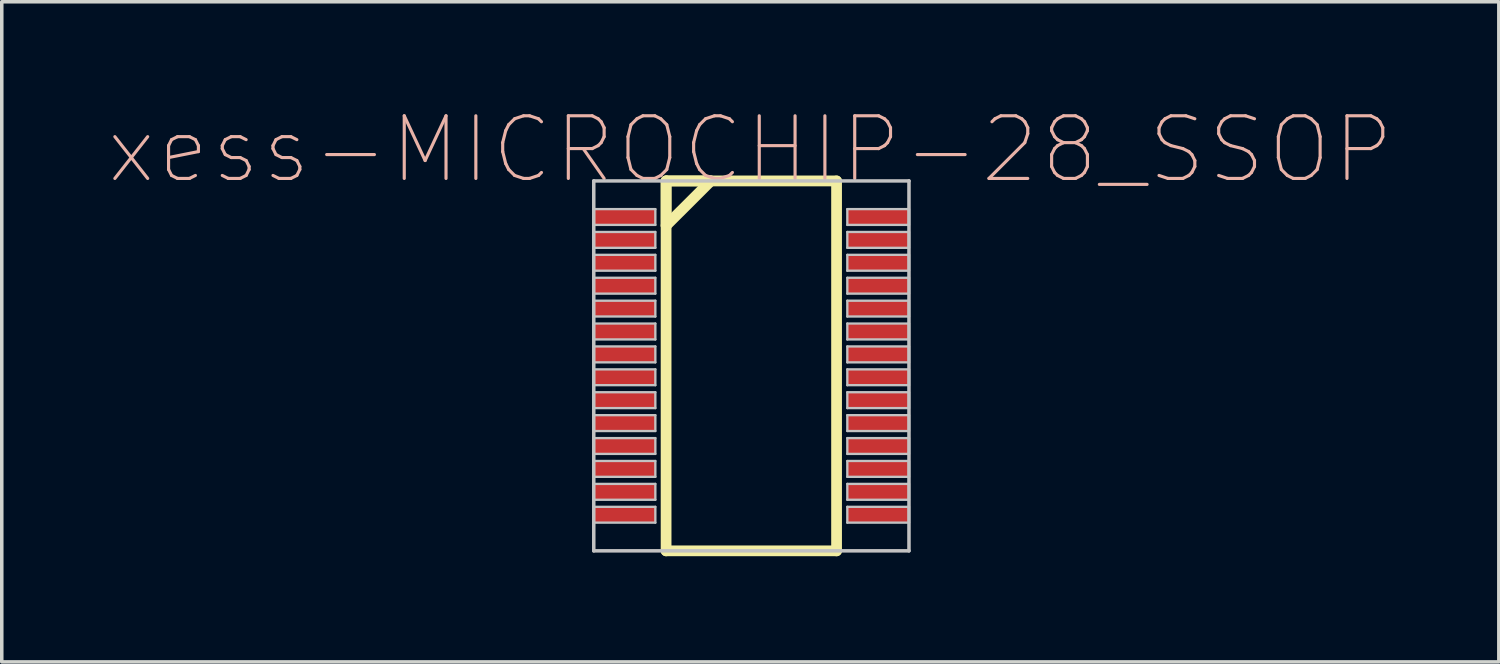
<source format=kicad_pcb>
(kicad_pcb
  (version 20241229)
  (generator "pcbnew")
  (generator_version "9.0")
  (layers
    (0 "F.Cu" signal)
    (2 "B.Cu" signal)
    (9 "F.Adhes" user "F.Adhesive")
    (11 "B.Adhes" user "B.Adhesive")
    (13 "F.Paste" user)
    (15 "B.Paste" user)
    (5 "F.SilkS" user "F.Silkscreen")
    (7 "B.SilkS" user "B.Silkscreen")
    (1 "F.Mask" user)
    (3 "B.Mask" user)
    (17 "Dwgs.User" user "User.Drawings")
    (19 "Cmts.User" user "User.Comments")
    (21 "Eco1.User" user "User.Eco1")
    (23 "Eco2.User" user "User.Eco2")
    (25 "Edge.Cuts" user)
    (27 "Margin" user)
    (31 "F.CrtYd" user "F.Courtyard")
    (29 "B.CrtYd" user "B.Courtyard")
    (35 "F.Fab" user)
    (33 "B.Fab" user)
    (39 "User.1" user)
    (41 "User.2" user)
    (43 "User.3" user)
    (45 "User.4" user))
  (footprint "xess-MICROCHIP-28_SSOP"
    (layer "F.Cu")
    (at 15.112 3.109)
    (property "Reference" "xess-MICROCHIP-28_SSOP" (at 3.132 -1.913 0) (layer "B.SilkS") (effects (font (size 1.778 1.778) (thickness 0.089))))
    (attr smd)
    (fp_line (start 0.742 -1.024) (end 0.742 0.244) (stroke (width 0.305) (type solid)) (layer "F.SilkS"))
    (fp_line (start 0.742 -1.024) (end 0.742 9.474) (stroke (width 0.305) (type solid)) (layer "F.SilkS"))
    (fp_line (start 0.742 0.244) (end 2.012 -1.024) (stroke (width 0.305) (type solid)) (layer "F.SilkS"))
    (fp_line (start 0.742 9.474) (end 5.58 9.474) (stroke (width 0.305) (type solid)) (layer "F.SilkS"))
    (fp_line (start 2.012 -1.024) (end 0.742 -1.024) (stroke (width 0.305) (type solid)) (layer "F.SilkS"))
    (fp_line (start 5.58 -1.024) (end 0.742 -1.024) (stroke (width 0.305) (type solid)) (layer "F.SilkS"))
    (fp_line (start 5.58 9.474) (end 5.58 -1.024) (stroke (width 0.305) (type solid)) (layer "F.SilkS"))
    (fp_line (start -1.311 -1.024) (end -1.311 9.474) (stroke (width 0.1) (type solid)) (layer "Dwgs.User"))
    (fp_line (start -1.311 -0.224) (end 0.437 -0.224) (stroke (width 0.066) (type solid)) (layer "Dwgs.User"))
    (fp_line (start -1.311 0.224) (end -1.311 -0.224) (stroke (width 0.066) (type solid)) (layer "Dwgs.User"))
    (fp_line (start -1.311 0.224) (end 0.437 0.224) (stroke (width 0.066) (type solid)) (layer "Dwgs.User"))
    (fp_line (start -1.311 0.424) (end 0.437 0.424) (stroke (width 0.066) (type solid)) (layer "Dwgs.User"))
    (fp_line (start -1.311 0.874) (end -1.311 0.424) (stroke (width 0.066) (type solid)) (layer "Dwgs.User"))
    (fp_line (start -1.311 0.874) (end 0.437 0.874) (stroke (width 0.066) (type solid)) (layer "Dwgs.User"))
    (fp_line (start -1.311 1.074) (end 0.437 1.074) (stroke (width 0.066) (type solid)) (layer "Dwgs.User"))
    (fp_line (start -1.311 1.524) (end -1.311 1.074) (stroke (width 0.066) (type solid)) (layer "Dwgs.User"))
    (fp_line (start -1.311 1.524) (end 0.437 1.524) (stroke (width 0.066) (type solid)) (layer "Dwgs.User"))
    (fp_line (start -1.311 1.725) (end 0.437 1.725) (stroke (width 0.066) (type solid)) (layer "Dwgs.User"))
    (fp_line (start -1.311 2.174) (end -1.311 1.725) (stroke (width 0.066) (type solid)) (layer "Dwgs.User"))
    (fp_line (start -1.311 2.174) (end 0.437 2.174) (stroke (width 0.066) (type solid)) (layer "Dwgs.User"))
    (fp_line (start -1.311 2.375) (end 0.437 2.375) (stroke (width 0.066) (type solid)) (layer "Dwgs.User"))
    (fp_line (start -1.311 2.824) (end -1.311 2.375) (stroke (width 0.066) (type solid)) (layer "Dwgs.User"))
    (fp_line (start -1.311 2.824) (end 0.437 2.824) (stroke (width 0.066) (type solid)) (layer "Dwgs.User"))
    (fp_line (start -1.311 3.023) (end 0.437 3.023) (stroke (width 0.066) (type solid)) (layer "Dwgs.User"))
    (fp_line (start -1.311 3.475) (end -1.311 3.023) (stroke (width 0.066) (type solid)) (layer "Dwgs.User"))
    (fp_line (start -1.311 3.475) (end 0.437 3.475) (stroke (width 0.066) (type solid)) (layer "Dwgs.User"))
    (fp_line (start -1.311 3.673) (end 0.437 3.673) (stroke (width 0.066) (type solid)) (layer "Dwgs.User"))
    (fp_line (start -1.311 4.125) (end -1.311 3.673) (stroke (width 0.066) (type solid)) (layer "Dwgs.User"))
    (fp_line (start -1.311 4.125) (end 0.437 4.125) (stroke (width 0.066) (type solid)) (layer "Dwgs.User"))
    (fp_line (start -1.311 4.323) (end 0.437 4.323) (stroke (width 0.066) (type solid)) (layer "Dwgs.User"))
    (fp_line (start -1.311 4.773) (end -1.311 4.323) (stroke (width 0.066) (type solid)) (layer "Dwgs.User"))
    (fp_line (start -1.311 4.773) (end 0.437 4.773) (stroke (width 0.066) (type solid)) (layer "Dwgs.User"))
    (fp_line (start -1.311 4.973) (end 0.437 4.973) (stroke (width 0.066) (type solid)) (layer "Dwgs.User"))
    (fp_line (start -1.311 5.423) (end -1.311 4.973) (stroke (width 0.066) (type solid)) (layer "Dwgs.User"))
    (fp_line (start -1.311 5.423) (end 0.437 5.423) (stroke (width 0.066) (type solid)) (layer "Dwgs.User"))
    (fp_line (start -1.311 5.624) (end 0.437 5.624) (stroke (width 0.066) (type solid)) (layer "Dwgs.User"))
    (fp_line (start -1.311 6.073) (end -1.311 5.624) (stroke (width 0.066) (type solid)) (layer "Dwgs.User"))
    (fp_line (start -1.311 6.073) (end 0.437 6.073) (stroke (width 0.066) (type solid)) (layer "Dwgs.User"))
    (fp_line (start -1.311 6.274) (end 0.437 6.274) (stroke (width 0.066) (type solid)) (layer "Dwgs.User"))
    (fp_line (start -1.311 6.723) (end -1.311 6.274) (stroke (width 0.066) (type solid)) (layer "Dwgs.User"))
    (fp_line (start -1.311 6.723) (end 0.437 6.723) (stroke (width 0.066) (type solid)) (layer "Dwgs.User"))
    (fp_line (start -1.311 6.924) (end 0.437 6.924) (stroke (width 0.066) (type solid)) (layer "Dwgs.User"))
    (fp_line (start -1.311 7.374) (end -1.311 6.924) (stroke (width 0.066) (type solid)) (layer "Dwgs.User"))
    (fp_line (start -1.311 7.374) (end 0.437 7.374) (stroke (width 0.066) (type solid)) (layer "Dwgs.User"))
    (fp_line (start -1.311 7.574) (end 0.437 7.574) (stroke (width 0.066) (type solid)) (layer "Dwgs.User"))
    (fp_line (start -1.311 8.024) (end -1.311 7.574) (stroke (width 0.066) (type solid)) (layer "Dwgs.User"))
    (fp_line (start -1.311 8.024) (end 0.437 8.024) (stroke (width 0.066) (type solid)) (layer "Dwgs.User"))
    (fp_line (start -1.311 8.225) (end 0.437 8.225) (stroke (width 0.066) (type solid)) (layer "Dwgs.User"))
    (fp_line (start -1.311 8.674) (end -1.311 8.225) (stroke (width 0.066) (type solid)) (layer "Dwgs.User"))
    (fp_line (start -1.311 8.674) (end 0.437 8.674) (stroke (width 0.066) (type solid)) (layer "Dwgs.User"))
    (fp_line (start -1.311 9.474) (end 7.635 9.474) (stroke (width 0.1) (type solid)) (layer "Dwgs.User"))
    (fp_line (start 0.437 0.224) (end 0.437 -0.224) (stroke (width 0.066) (type solid)) (layer "Dwgs.User"))
    (fp_line (start 0.437 0.874) (end 0.437 0.424) (stroke (width 0.066) (type solid)) (layer "Dwgs.User"))
    (fp_line (start 0.437 1.524) (end 0.437 1.074) (stroke (width 0.066) (type solid)) (layer "Dwgs.User"))
    (fp_line (start 0.437 2.174) (end 0.437 1.725) (stroke (width 0.066) (type solid)) (layer "Dwgs.User"))
    (fp_line (start 0.437 2.824) (end 0.437 2.375) (stroke (width 0.066) (type solid)) (layer "Dwgs.User"))
    (fp_line (start 0.437 3.475) (end 0.437 3.023) (stroke (width 0.066) (type solid)) (layer "Dwgs.User"))
    (fp_line (start 0.437 4.125) (end 0.437 3.673) (stroke (width 0.066) (type solid)) (layer "Dwgs.User"))
    (fp_line (start 0.437 4.773) (end 0.437 4.323) (stroke (width 0.066) (type solid)) (layer "Dwgs.User"))
    (fp_line (start 0.437 5.423) (end 0.437 4.973) (stroke (width 0.066) (type solid)) (layer "Dwgs.User"))
    (fp_line (start 0.437 6.073) (end 0.437 5.624) (stroke (width 0.066) (type solid)) (layer "Dwgs.User"))
    (fp_line (start 0.437 6.723) (end 0.437 6.274) (stroke (width 0.066) (type solid)) (layer "Dwgs.User"))
    (fp_line (start 0.437 7.374) (end 0.437 6.924) (stroke (width 0.066) (type solid)) (layer "Dwgs.User"))
    (fp_line (start 0.437 8.024) (end 0.437 7.574) (stroke (width 0.066) (type solid)) (layer "Dwgs.User"))
    (fp_line (start 0.437 8.674) (end 0.437 8.225) (stroke (width 0.066) (type solid)) (layer "Dwgs.User"))
    (fp_line (start 5.885 -0.224) (end 7.635 -0.224) (stroke (width 0.066) (type solid)) (layer "Dwgs.User"))
    (fp_line (start 5.885 0.224) (end 5.885 -0.224) (stroke (width 0.066) (type solid)) (layer "Dwgs.User"))
    (fp_line (start 5.885 0.224) (end 7.635 0.224) (stroke (width 0.066) (type solid)) (layer "Dwgs.User"))
    (fp_line (start 5.885 0.424) (end 7.635 0.424) (stroke (width 0.066) (type solid)) (layer "Dwgs.User"))
    (fp_line (start 5.885 0.874) (end 5.885 0.424) (stroke (width 0.066) (type solid)) (layer "Dwgs.User"))
    (fp_line (start 5.885 0.874) (end 7.635 0.874) (stroke (width 0.066) (type solid)) (layer "Dwgs.User"))
    (fp_line (start 5.885 1.074) (end 7.635 1.074) (stroke (width 0.066) (type solid)) (layer "Dwgs.User"))
    (fp_line (start 5.885 1.524) (end 5.885 1.074) (stroke (width 0.066) (type solid)) (layer "Dwgs.User"))
    (fp_line (start 5.885 1.524) (end 7.635 1.524) (stroke (width 0.066) (type solid)) (layer "Dwgs.User"))
    (fp_line (start 5.885 1.725) (end 7.635 1.725) (stroke (width 0.066) (type solid)) (layer "Dwgs.User"))
    (fp_line (start 5.885 2.174) (end 5.885 1.725) (stroke (width 0.066) (type solid)) (layer "Dwgs.User"))
    (fp_line (start 5.885 2.174) (end 7.635 2.174) (stroke (width 0.066) (type solid)) (layer "Dwgs.User"))
    (fp_line (start 5.885 2.375) (end 7.635 2.375) (stroke (width 0.066) (type solid)) (layer "Dwgs.User"))
    (fp_line (start 5.885 2.824) (end 5.885 2.375) (stroke (width 0.066) (type solid)) (layer "Dwgs.User"))
    (fp_line (start 5.885 2.824) (end 7.635 2.824) (stroke (width 0.066) (type solid)) (layer "Dwgs.User"))
    (fp_line (start 5.885 3.023) (end 7.635 3.023) (stroke (width 0.066) (type solid)) (layer "Dwgs.User"))
    (fp_line (start 5.885 3.475) (end 5.885 3.023) (stroke (width 0.066) (type solid)) (layer "Dwgs.User"))
    (fp_line (start 5.885 3.475) (end 7.635 3.475) (stroke (width 0.066) (type solid)) (layer "Dwgs.User"))
    (fp_line (start 5.885 3.673) (end 7.635 3.673) (stroke (width 0.066) (type solid)) (layer "Dwgs.User"))
    (fp_line (start 5.885 4.125) (end 5.885 3.673) (stroke (width 0.066) (type solid)) (layer "Dwgs.User"))
    (fp_line (start 5.885 4.125) (end 7.635 4.125) (stroke (width 0.066) (type solid)) (layer "Dwgs.User"))
    (fp_line (start 5.885 4.323) (end 7.635 4.323) (stroke (width 0.066) (type solid)) (layer "Dwgs.User"))
    (fp_line (start 5.885 4.773) (end 5.885 4.323) (stroke (width 0.066) (type solid)) (layer "Dwgs.User"))
    (fp_line (start 5.885 4.773) (end 7.635 4.773) (stroke (width 0.066) (type solid)) (layer "Dwgs.User"))
    (fp_line (start 5.885 4.973) (end 7.635 4.973) (stroke (width 0.066) (type solid)) (layer "Dwgs.User"))
    (fp_line (start 5.885 5.423) (end 5.885 4.973) (stroke (width 0.066) (type solid)) (layer "Dwgs.User"))
    (fp_line (start 5.885 5.423) (end 7.635 5.423) (stroke (width 0.066) (type solid)) (layer "Dwgs.User"))
    (fp_line (start 5.885 5.624) (end 7.635 5.624) (stroke (width 0.066) (type solid)) (layer "Dwgs.User"))
    (fp_line (start 5.885 6.073) (end 5.885 5.624) (stroke (width 0.066) (type solid)) (layer "Dwgs.User"))
    (fp_line (start 5.885 6.073) (end 7.635 6.073) (stroke (width 0.066) (type solid)) (layer "Dwgs.User"))
    (fp_line (start 5.885 6.274) (end 7.635 6.274) (stroke (width 0.066) (type solid)) (layer "Dwgs.User"))
    (fp_line (start 5.885 6.723) (end 5.885 6.274) (stroke (width 0.066) (type solid)) (layer "Dwgs.User"))
    (fp_line (start 5.885 6.723) (end 7.635 6.723) (stroke (width 0.066) (type solid)) (layer "Dwgs.User"))
    (fp_line (start 5.885 6.924) (end 7.635 6.924) (stroke (width 0.066) (type solid)) (layer "Dwgs.User"))
    (fp_line (start 5.885 7.374) (end 5.885 6.924) (stroke (width 0.066) (type solid)) (layer "Dwgs.User"))
    (fp_line (start 5.885 7.374) (end 7.635 7.374) (stroke (width 0.066) (type solid)) (layer "Dwgs.User"))
    (fp_line (start 5.885 7.574) (end 7.635 7.574) (stroke (width 0.066) (type solid)) (layer "Dwgs.User"))
    (fp_line (start 5.885 8.024) (end 5.885 7.574) (stroke (width 0.066) (type solid)) (layer "Dwgs.User"))
    (fp_line (start 5.885 8.024) (end 7.635 8.024) (stroke (width 0.066) (type solid)) (layer "Dwgs.User"))
    (fp_line (start 5.885 8.225) (end 7.635 8.225) (stroke (width 0.066) (type solid)) (layer "Dwgs.User"))
    (fp_line (start 5.885 8.674) (end 5.885 8.225) (stroke (width 0.066) (type solid)) (layer "Dwgs.User"))
    (fp_line (start 5.885 8.674) (end 7.635 8.674) (stroke (width 0.066) (type solid)) (layer "Dwgs.User"))
    (fp_line (start 7.635 -1.024) (end -1.311 -1.024) (stroke (width 0.1) (type solid)) (layer "Dwgs.User"))
    (fp_line (start 7.635 0.224) (end 7.635 -0.224) (stroke (width 0.066) (type solid)) (layer "Dwgs.User"))
    (fp_line (start 7.635 0.874) (end 7.635 0.424) (stroke (width 0.066) (type solid)) (layer "Dwgs.User"))
    (fp_line (start 7.635 1.524) (end 7.635 1.074) (stroke (width 0.066) (type solid)) (layer "Dwgs.User"))
    (fp_line (start 7.635 2.174) (end 7.635 1.725) (stroke (width 0.066) (type solid)) (layer "Dwgs.User"))
    (fp_line (start 7.635 2.824) (end 7.635 2.375) (stroke (width 0.066) (type solid)) (layer "Dwgs.User"))
    (fp_line (start 7.635 3.475) (end 7.635 3.023) (stroke (width 0.066) (type solid)) (layer "Dwgs.User"))
    (fp_line (start 7.635 4.125) (end 7.635 3.673) (stroke (width 0.066) (type solid)) (layer "Dwgs.User"))
    (fp_line (start 7.635 4.773) (end 7.635 4.323) (stroke (width 0.066) (type solid)) (layer "Dwgs.User"))
    (fp_line (start 7.635 5.423) (end 7.635 4.973) (stroke (width 0.066) (type solid)) (layer "Dwgs.User"))
    (fp_line (start 7.635 6.073) (end 7.635 5.624) (stroke (width 0.066) (type solid)) (layer "Dwgs.User"))
    (fp_line (start 7.635 6.723) (end 7.635 6.274) (stroke (width 0.066) (type solid)) (layer "Dwgs.User"))
    (fp_line (start 7.635 7.374) (end 7.635 6.924) (stroke (width 0.066) (type solid)) (layer "Dwgs.User"))
    (fp_line (start 7.635 8.024) (end 7.635 7.574) (stroke (width 0.066) (type solid)) (layer "Dwgs.User"))
    (fp_line (start 7.635 8.674) (end 7.635 8.225) (stroke (width 0.066) (type solid)) (layer "Dwgs.User"))
    (fp_line (start 7.635 9.474) (end 7.635 -1.024) (stroke (width 0.1) (type solid)) (layer "Dwgs.User"))
    (pad "1" smd rect (at -0.437 0) (size 1.748 0.45) (layers "F.Cu" "F.Mask" "F.Paste"))
    (pad "2" smd rect (at -0.437 0.648) (size 1.748 0.45) (layers "F.Cu" "F.Mask" "F.Paste"))
    (pad "3" smd rect (at -0.437 1.298) (size 1.748 0.45) (layers "F.Cu" "F.Mask" "F.Paste"))
    (pad "4" smd rect (at -0.437 1.948) (size 1.748 0.45) (layers "F.Cu" "F.Mask" "F.Paste"))
    (pad "5" smd rect (at -0.437 2.598) (size 1.748 0.45) (layers "F.Cu" "F.Mask" "F.Paste"))
    (pad "6" smd rect (at -0.437 3.249) (size 1.748 0.45) (layers "F.Cu" "F.Mask" "F.Paste"))
    (pad "7" smd rect (at -0.437 3.899) (size 1.748 0.45) (layers "F.Cu" "F.Mask" "F.Paste"))
    (pad "8" smd rect (at -0.437 4.549) (size 1.748 0.45) (layers "F.Cu" "F.Mask" "F.Paste"))
    (pad "9" smd rect (at -0.437 5.199) (size 1.748 0.45) (layers "F.Cu" "F.Mask" "F.Paste"))
    (pad "10" smd rect (at -0.437 5.85) (size 1.748 0.45) (layers "F.Cu" "F.Mask" "F.Paste"))
    (pad "11" smd rect (at -0.437 6.5) (size 1.748 0.45) (layers "F.Cu" "F.Mask" "F.Paste"))
    (pad "12" smd rect (at -0.437 7.148) (size 1.748 0.45) (layers "F.Cu" "F.Mask" "F.Paste"))
    (pad "13" smd rect (at -0.437 7.798) (size 1.748 0.45) (layers "F.Cu" "F.Mask" "F.Paste"))
    (pad "14" smd rect (at -0.437 8.448) (size 1.748 0.45) (layers "F.Cu" "F.Mask" "F.Paste"))
    (pad "15" smd rect (at 6.761 8.448) (size 1.748 0.45) (layers "F.Cu" "F.Mask" "F.Paste"))
    (pad "16" smd rect (at 6.761 7.798) (size 1.748 0.45) (layers "F.Cu" "F.Mask" "F.Paste"))
    (pad "17" smd rect (at 6.761 7.148) (size 1.748 0.45) (layers "F.Cu" "F.Mask" "F.Paste"))
    (pad "18" smd rect (at 6.761 6.5) (size 1.748 0.45) (layers "F.Cu" "F.Mask" "F.Paste"))
    (pad "19" smd rect (at 6.761 5.85) (size 1.748 0.45) (layers "F.Cu" "F.Mask" "F.Paste"))
    (pad "20" smd rect (at 6.761 5.199) (size 1.748 0.45) (layers "F.Cu" "F.Mask" "F.Paste"))
    (pad "21" smd rect (at 6.761 4.549) (size 1.748 0.45) (layers "F.Cu" "F.Mask" "F.Paste"))
    (pad "22" smd rect (at 6.761 3.899) (size 1.748 0.45) (layers "F.Cu" "F.Mask" "F.Paste"))
    (pad "23" smd rect (at 6.761 3.249) (size 1.748 0.45) (layers "F.Cu" "F.Mask" "F.Paste"))
    (pad "24" smd rect (at 6.761 2.598) (size 1.748 0.45) (layers "F.Cu" "F.Mask" "F.Paste"))
    (pad "25" smd rect (at 6.761 1.948) (size 1.748 0.45) (layers "F.Cu" "F.Mask" "F.Paste"))
    (pad "26" smd rect (at 6.761 1.298) (size 1.748 0.45) (layers "F.Cu" "F.Mask" "F.Paste"))
    (pad "27" smd rect (at 6.761 0.648) (size 1.748 0.45) (layers "F.Cu" "F.Mask" "F.Paste"))
    (pad "28" smd rect (at 6.761 0) (size 1.748 0.45) (layers "F.Cu" "F.Mask" "F.Paste")))
  (gr_rect
    (start -3 -3)
    (end 39.487 15.735)
    (stroke (width 0.1) (type default))
    (fill no)
    (layer "Edge.Cuts")))
</source>
